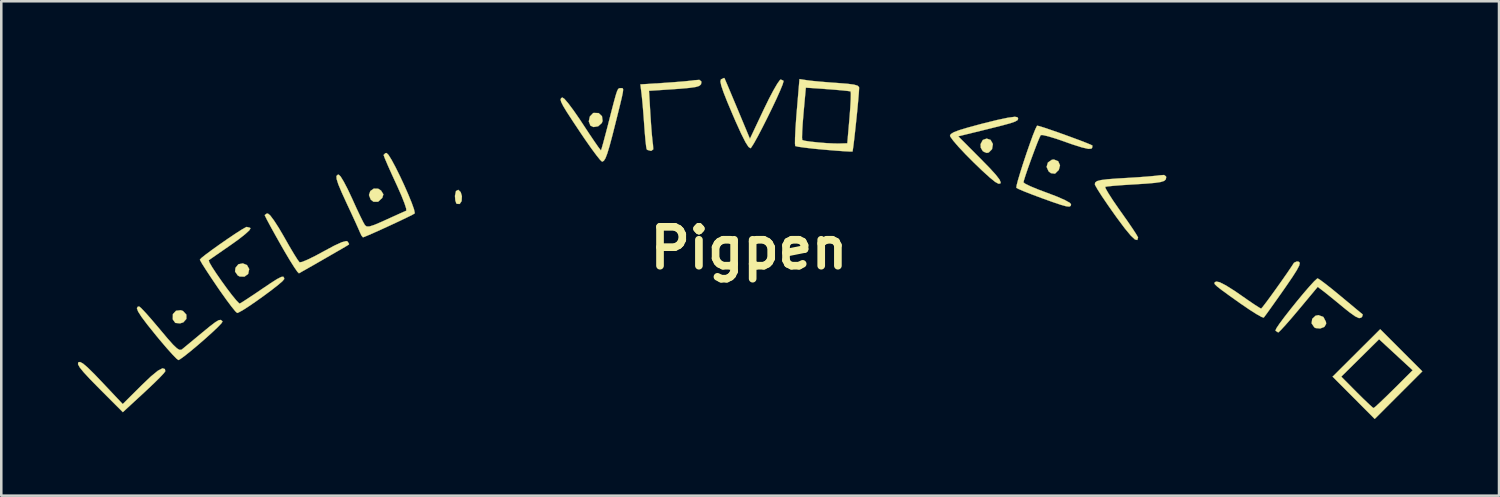
<source format=kicad_pcb>
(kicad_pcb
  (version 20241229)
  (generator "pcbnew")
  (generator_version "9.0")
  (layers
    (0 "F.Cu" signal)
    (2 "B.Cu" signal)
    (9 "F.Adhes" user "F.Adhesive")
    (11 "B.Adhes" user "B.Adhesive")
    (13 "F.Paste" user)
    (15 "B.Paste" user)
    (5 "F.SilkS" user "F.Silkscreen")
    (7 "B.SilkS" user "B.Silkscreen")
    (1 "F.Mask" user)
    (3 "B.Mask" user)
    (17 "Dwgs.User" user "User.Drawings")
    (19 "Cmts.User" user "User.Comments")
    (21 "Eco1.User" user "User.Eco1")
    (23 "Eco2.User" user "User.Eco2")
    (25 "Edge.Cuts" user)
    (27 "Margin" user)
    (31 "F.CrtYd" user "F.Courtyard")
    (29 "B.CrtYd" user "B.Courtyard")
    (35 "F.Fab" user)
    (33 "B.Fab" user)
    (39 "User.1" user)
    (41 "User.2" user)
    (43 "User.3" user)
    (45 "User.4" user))
  (footprint "Pigpen"
    (layer "F.Cu")
    (at 26.284 6.668)
    (property "Reference" "Pigpen" (at 0 0 0) (layer "F.SilkS") (effects (font (size 1.524 1.524) (thickness 0.3))))
    (attr through_hole)
    (fp_poly (pts (xy -19.661 0.664) (xy -19.574 0.82) (xy -19.614 1.009) (xy -19.758 1.117) (xy -19.948 1.111) (xy -20.022 1.07) (xy -20.128 0.916) (xy -20.111 0.772) (xy -19.997 0.632) (xy -19.824 0.598) (xy -19.661 0.664)) (stroke (width 0.01) (type solid)) (fill yes) (layer "F.SilkS"))
    (fp_poly (pts (xy -14.521 -2.327) (xy -14.409 -2.254) (xy -14.318 -2.107) (xy -14.362 -1.967) (xy -14.525 -1.817) (xy -14.706 -1.817) (xy -14.813 -1.9) (xy -14.883 -2.08) (xy -14.829 -2.236) (xy -14.694 -2.331) (xy -14.521 -2.327)) (stroke (width 0.01) (type solid)) (fill yes) (layer "F.SilkS"))
    (fp_poly (pts (xy -11.291 -2.195) (xy -11.243 -2.035) (xy -11.254 -1.842) (xy -11.33 -1.729) (xy -11.44 -1.735) (xy -11.464 -1.756) (xy -11.501 -1.869) (xy -11.515 -2.046) (xy -11.475 -2.234) (xy -11.385 -2.283) (xy -11.291 -2.195)) (stroke (width 0.01) (type solid)) (fill yes) (layer "F.SilkS"))
    (fp_poly (pts (xy 12.111 -3.404) (xy 12.183 -3.243) (xy 12.136 -3.063) (xy 11.987 -2.916) (xy 11.825 -2.936) (xy 11.736 -3.008) (xy 11.658 -3.181) (xy 11.709 -3.352) (xy 11.862 -3.46) (xy 11.944 -3.471) (xy 12.111 -3.404)) (stroke (width 0.01) (type solid)) (fill yes) (layer "F.SilkS"))
    (fp_poly (pts (xy -22.166 2.464) (xy -22.035 2.605) (xy -22.035 2.773) (xy -22.153 2.907) (xy -22.281 2.947) (xy -22.468 2.929) (xy -22.563 2.795) (xy -22.567 2.784) (xy -22.562 2.584) (xy -22.44 2.454) (xy -22.252 2.432) (xy -22.166 2.464)) (stroke (width 0.01) (type solid)) (fill yes) (layer "F.SilkS"))
    (fp_poly (pts (xy -5.886 -5.289) (xy -5.756 -5.167) (xy -5.733 -4.98) (xy -5.764 -4.899) (xy -5.904 -4.773) (xy -6.088 -4.742) (xy -6.209 -4.798) (xy -6.273 -4.964) (xy -6.231 -5.155) (xy -6.104 -5.288) (xy -6.081 -5.296) (xy -5.886 -5.289)) (stroke (width 0.01) (type solid)) (fill yes) (layer "F.SilkS"))
    (fp_poly (pts (xy 22.5 2.697) (xy 22.6 2.89) (xy 22.606 2.967) (xy 22.536 3.086) (xy 22.374 3.148) (xy 22.195 3.131) (xy 22.142 3.102) (xy 22.037 2.945) (xy 22.061 2.772) (xy 22.19 2.649) (xy 22.306 2.625) (xy 22.5 2.697)) (stroke (width 0.01) (type solid)) (fill yes) (layer "F.SilkS"))
    (fp_poly (pts (xy 9.463 -4.239) (xy 9.552 -4.082) (xy 9.554 -4.074) (xy 9.521 -3.876) (xy 9.395 -3.747) (xy 9.313 -3.728) (xy 9.214 -3.767) (xy 9.158 -3.8) (xy 9.08 -3.931) (xy 9.073 -4.074) (xy 9.158 -4.235) (xy 9.31 -4.29) (xy 9.463 -4.239)) (stroke (width 0.01) (type solid)) (fill yes) (layer "F.SilkS"))
    (fp_poly (pts (xy 26.373 4.826) (xy 24.509 6.69) (xy 23.685 5.862) (xy 22.86 5.035) (xy 22.861 5.034) (xy 23.199 5.034) (xy 23.81 5.65) (xy 24.069 5.906) (xy 24.283 6.11) (xy 24.424 6.237) (xy 24.465 6.265) (xy 24.538 6.209) (xy 24.705 6.055) (xy 24.944 5.827) (xy 25.228 5.548) (xy 25.252 5.525) (xy 25.996 4.784) (xy 24.68 3.569) (xy 23.94 4.302) (xy 23.199 5.034) (xy 22.861 5.034) (xy 23.792 4.106) (xy 24.724 3.177) (xy 26.373 4.826)) (stroke (width 0.01) (type solid)) (fill yes) (layer "F.SilkS"))
    (fp_poly (pts (xy -26.083 4.521) (xy -25.903 4.674) (xy -25.642 4.93) (xy -25.346 5.24) (xy -24.527 6.108) (xy -23.787 5.372) (xy -23.418 5.021) (xy -23.148 4.8) (xy -22.969 4.707) (xy -22.876 4.737) (xy -22.86 4.822) (xy -22.919 4.902) (xy -23.08 5.073) (xy -23.321 5.31) (xy -23.619 5.591) (xy -23.692 5.659) (xy -24.523 6.425) (xy -25.446 5.5) (xy -25.81 5.129) (xy -26.061 4.857) (xy -26.214 4.668) (xy -26.279 4.546) (xy -26.27 4.477) (xy -26.266 4.473) (xy -26.199 4.459) (xy -26.083 4.521)) (stroke (width 0.01) (type solid)) (fill yes) (layer "F.SilkS"))
    (fp_poly (pts (xy -1.868 -6.533) (xy -1.863 -6.492) (xy -1.879 -6.413) (xy -1.947 -6.354) (xy -2.09 -6.31) (xy -2.335 -6.275) (xy -2.707 -6.242) (xy -3.037 -6.219) (xy -3.915 -6.161) (xy -3.859 -5.218) (xy -3.832 -4.811) (xy -3.803 -4.446) (xy -3.775 -4.168) (xy -3.758 -4.043) (xy -3.749 -3.867) (xy -3.828 -3.81) (xy -3.841 -3.81) (xy -3.977 -3.846) (xy -4.006 -3.873) (xy -4.026 -3.98) (xy -4.053 -4.217) (xy -4.081 -4.543) (xy -4.099 -4.784) (xy -4.129 -5.197) (xy -4.161 -5.594) (xy -4.192 -5.913) (xy -4.204 -6.022) (xy -4.252 -6.413) (xy -3.333 -6.471) (xy -2.924 -6.5) (xy -2.551 -6.53) (xy -2.263 -6.559) (xy -2.138 -6.576) (xy -1.943 -6.59) (xy -1.868 -6.533)) (stroke (width 0.01) (type solid)) (fill yes) (layer "F.SilkS"))
    (fp_poly (pts (xy 10.516 -5.127) (xy 10.544 -5.066) (xy 10.521 -5.013) (xy 10.427 -4.958) (xy 10.238 -4.892) (xy 9.935 -4.809) (xy 9.495 -4.698) (xy 9.327 -4.656) (xy 8.197 -4.379) (xy 9.07 -3.503) (xy 9.427 -3.138) (xy 9.67 -2.871) (xy 9.811 -2.688) (xy 9.86 -2.576) (xy 9.845 -2.53) (xy 9.774 -2.522) (xy 9.643 -2.594) (xy 9.437 -2.76) (xy 9.142 -3.028) (xy 8.811 -3.346) (xy 8.487 -3.671) (xy 8.211 -3.964) (xy 8.006 -4.202) (xy 7.891 -4.36) (xy 7.874 -4.403) (xy 7.907 -4.468) (xy 8.019 -4.537) (xy 8.23 -4.618) (xy 8.561 -4.718) (xy 9.033 -4.846) (xy 9.165 -4.881) (xy 9.733 -5.021) (xy 10.15 -5.109) (xy 10.412 -5.144) (xy 10.516 -5.127)) (stroke (width 0.01) (type solid)) (fill yes) (layer "F.SilkS"))
    (fp_poly (pts (xy -0.927 -6.583) (xy -0.838 -6.375) (xy -0.707 -6.064) (xy -0.546 -5.68) (xy -0.455 -5.464) (xy 0.038 -4.282) (xy 0.586 -5.443) (xy 0.783 -5.846) (xy 0.964 -6.189) (xy 1.113 -6.444) (xy 1.215 -6.585) (xy 1.244 -6.604) (xy 1.346 -6.561) (xy 1.355 -6.534) (xy 1.319 -6.409) (xy 1.221 -6.17) (xy 1.078 -5.85) (xy 0.903 -5.48) (xy 0.712 -5.09) (xy 0.52 -4.71) (xy 0.344 -4.373) (xy 0.196 -4.108) (xy 0.094 -3.946) (xy 0.06 -3.912) (xy -0.018 -3.965) (xy -0.138 -4.153) (xy -0.305 -4.484) (xy -0.523 -4.964) (xy -0.631 -5.214) (xy -0.847 -5.725) (xy -0.995 -6.1) (xy -1.083 -6.359) (xy -1.117 -6.52) (xy -1.102 -6.6) (xy -1.09 -6.611) (xy -0.983 -6.663) (xy -0.963 -6.663) (xy -0.927 -6.583)) (stroke (width 0.01) (type solid)) (fill yes) (layer "F.SilkS"))
    (fp_poly (pts (xy 22.361 1.237) (xy 22.55 1.377) (xy 22.815 1.585) (xy 23.128 1.841) (xy 23.172 1.878) (xy 23.488 2.14) (xy 23.754 2.362) (xy 23.946 2.521) (xy 24.037 2.596) (xy 24.04 2.599) (xy 24.023 2.673) (xy 23.98 2.724) (xy 23.895 2.742) (xy 23.744 2.672) (xy 23.506 2.502) (xy 23.28 2.32) (xy 22.988 2.079) (xy 22.722 1.863) (xy 22.527 1.707) (xy 22.477 1.669) (xy 22.277 1.517) (xy 21.533 2.409) (xy 21.258 2.734) (xy 21.02 3.006) (xy 20.84 3.202) (xy 20.74 3.297) (xy 20.728 3.302) (xy 20.633 3.242) (xy 20.622 3.226) (xy 20.658 3.141) (xy 20.782 2.956) (xy 20.973 2.699) (xy 21.208 2.398) (xy 21.464 2.08) (xy 21.719 1.773) (xy 21.95 1.505) (xy 22.135 1.303) (xy 22.252 1.196) (xy 22.274 1.185) (xy 22.361 1.237)) (stroke (width 0.01) (type solid)) (fill yes) (layer "F.SilkS"))
    (fp_poly (pts (xy -18.755 -1.284) (xy -18.608 -1.09) (xy -18.42 -0.8) (xy -18.209 -0.441) (xy -18.2 -0.424) (xy -17.996 -0.066) (xy -17.816 0.237) (xy -17.679 0.454) (xy -17.602 0.555) (xy -17.599 0.558) (xy -17.496 0.539) (xy -17.281 0.449) (xy -16.983 0.303) (xy -16.663 0.13) (xy -16.24 -0.097) (xy -15.947 -0.231) (xy -15.773 -0.276) (xy -15.721 -0.26) (xy -15.662 -0.164) (xy -15.669 -0.14) (xy -15.748 -0.092) (xy -15.941 0.022) (xy -16.217 0.181) (xy -16.543 0.369) (xy -16.885 0.566) (xy -17.213 0.753) (xy -17.492 0.911) (xy -17.626 0.987) (xy -17.685 0.928) (xy -17.811 0.746) (xy -17.988 0.465) (xy -18.199 0.109) (xy -18.324 -0.109) (xy -18.546 -0.502) (xy -18.735 -0.844) (xy -18.876 -1.107) (xy -18.954 -1.264) (xy -18.965 -1.295) (xy -18.897 -1.348) (xy -18.842 -1.355) (xy -18.755 -1.284)) (stroke (width 0.01) (type solid)) (fill yes) (layer "F.SilkS"))
    (fp_poly (pts (xy -23.807 2.348) (xy -23.646 2.517) (xy -23.421 2.77) (xy -23.155 3.083) (xy -23.075 3.178) (xy -22.773 3.537) (xy -22.557 3.78) (xy -22.407 3.923) (xy -22.305 3.985) (xy -22.232 3.981) (xy -22.201 3.961) (xy -22.08 3.862) (xy -21.865 3.684) (xy -21.592 3.458) (xy -21.43 3.323) (xy -21.114 3.064) (xy -20.901 2.902) (xy -20.766 2.822) (xy -20.685 2.812) (xy -20.631 2.856) (xy -20.618 2.875) (xy -20.665 2.949) (xy -20.814 3.104) (xy -21.038 3.315) (xy -21.309 3.559) (xy -21.597 3.809) (xy -21.876 4.042) (xy -22.115 4.232) (xy -22.287 4.355) (xy -22.343 4.385) (xy -22.418 4.331) (xy -22.578 4.167) (xy -22.804 3.915) (xy -23.075 3.597) (xy -23.224 3.417) (xy -23.561 2.998) (xy -23.792 2.691) (xy -23.926 2.481) (xy -23.972 2.354) (xy -23.938 2.295) (xy -23.883 2.286) (xy -23.807 2.348)) (stroke (width 0.01) (type solid)) (fill yes) (layer "F.SilkS"))
    (fp_poly (pts (xy 21.539 0.535) (xy 21.575 0.581) (xy 21.551 0.685) (xy 21.457 0.863) (xy 21.284 1.135) (xy 21.021 1.52) (xy 20.946 1.627) (xy 20.687 1.995) (xy 20.461 2.313) (xy 20.287 2.556) (xy 20.182 2.697) (xy 20.163 2.722) (xy 20.077 2.696) (xy 19.883 2.587) (xy 19.607 2.412) (xy 19.277 2.187) (xy 19.22 2.147) (xy 18.812 1.857) (xy 18.526 1.649) (xy 18.344 1.508) (xy 18.25 1.418) (xy 18.227 1.364) (xy 18.259 1.33) (xy 18.306 1.31) (xy 18.437 1.336) (xy 18.68 1.46) (xy 19.017 1.672) (xy 19.225 1.815) (xy 19.542 2.036) (xy 19.806 2.215) (xy 19.99 2.332) (xy 20.06 2.37) (xy 20.119 2.305) (xy 20.252 2.132) (xy 20.437 1.881) (xy 20.652 1.583) (xy 20.875 1.269) (xy 21.083 0.971) (xy 21.254 0.718) (xy 21.349 0.572) (xy 21.463 0.521) (xy 21.539 0.535)) (stroke (width 0.01) (type solid)) (fill yes) (layer "F.SilkS"))
    (fp_poly (pts (xy 16.336 -2.808) (xy 16.341 -2.767) (xy 16.325 -2.69) (xy 16.263 -2.633) (xy 16.13 -2.59) (xy 15.902 -2.556) (xy 15.555 -2.526) (xy 15.064 -2.495) (xy 15.028 -2.493) (xy 14.629 -2.468) (xy 14.293 -2.442) (xy 14.056 -2.418) (xy 13.952 -2.4) (xy 13.952 -2.4) (xy 13.977 -2.323) (xy 14.086 -2.135) (xy 14.262 -1.862) (xy 14.49 -1.531) (xy 14.566 -1.424) (xy 14.812 -1.076) (xy 15.018 -0.775) (xy 15.165 -0.55) (xy 15.236 -0.428) (xy 15.24 -0.416) (xy 15.21 -0.317) (xy 15.117 -0.34) (xy 14.955 -0.492) (xy 14.719 -0.776) (xy 14.403 -1.2) (xy 14.314 -1.324) (xy 14.05 -1.7) (xy 13.825 -2.032) (xy 13.656 -2.296) (xy 13.561 -2.463) (xy 13.547 -2.505) (xy 13.565 -2.574) (xy 13.637 -2.625) (xy 13.787 -2.665) (xy 14.039 -2.697) (xy 14.417 -2.726) (xy 14.817 -2.749) (xy 15.235 -2.775) (xy 15.617 -2.804) (xy 15.916 -2.831) (xy 16.066 -2.85) (xy 16.261 -2.865) (xy 16.336 -2.808)) (stroke (width 0.01) (type solid)) (fill yes) (layer "F.SilkS"))
    (fp_poly (pts (xy -4.94 -6.255) (xy -4.927 -6.205) (xy -4.94 -6.095) (xy -4.98 -5.901) (xy -5.053 -5.597) (xy -5.161 -5.162) (xy -5.209 -4.97) (xy -5.35 -4.41) (xy -5.461 -3.995) (xy -5.549 -3.705) (xy -5.62 -3.521) (xy -5.683 -3.421) (xy -5.743 -3.387) (xy -5.754 -3.387) (xy -5.827 -3.454) (xy -5.976 -3.639) (xy -6.182 -3.918) (xy -6.427 -4.268) (xy -6.601 -4.525) (xy -6.908 -4.986) (xy -7.129 -5.326) (xy -7.275 -5.566) (xy -7.354 -5.724) (xy -7.379 -5.82) (xy -7.357 -5.873) (xy -7.308 -5.9) (xy -7.228 -5.846) (xy -7.077 -5.67) (xy -6.872 -5.396) (xy -6.63 -5.047) (xy -6.514 -4.87) (xy -6.271 -4.501) (xy -6.062 -4.191) (xy -5.904 -3.963) (xy -5.811 -3.842) (xy -5.795 -3.828) (xy -5.766 -3.915) (xy -5.704 -4.134) (xy -5.619 -4.453) (xy -5.518 -4.838) (xy -5.511 -4.869) (xy -5.381 -5.377) (xy -5.285 -5.744) (xy -5.216 -5.993) (xy -5.165 -6.147) (xy -5.125 -6.228) (xy -5.087 -6.26) (xy -5.045 -6.265) (xy -5.028 -6.265) (xy -4.975 -6.267) (xy -4.94 -6.255)) (stroke (width 0.01) (type solid)) (fill yes) (layer "F.SilkS"))
    (fp_poly (pts (xy 11.37 -4.778) (xy 11.577 -4.714) (xy 11.87 -4.614) (xy 12.215 -4.493) (xy 12.575 -4.363) (xy 12.915 -4.237) (xy 13.199 -4.128) (xy 13.391 -4.049) (xy 13.454 -4.015) (xy 13.442 -3.932) (xy 13.412 -3.896) (xy 13.294 -3.887) (xy 13.036 -3.946) (xy 12.652 -4.068) (xy 12.409 -4.154) (xy 12.042 -4.282) (xy 11.733 -4.376) (xy 11.517 -4.427) (xy 11.429 -4.427) (xy 11.377 -4.322) (xy 11.285 -4.099) (xy 11.17 -3.797) (xy 11.045 -3.459) (xy 10.926 -3.126) (xy 10.828 -2.839) (xy 10.766 -2.64) (xy 10.753 -2.575) (xy 10.828 -2.517) (xy 11.031 -2.419) (xy 11.333 -2.294) (xy 11.684 -2.163) (xy 12.074 -2.014) (xy 12.376 -1.881) (xy 12.564 -1.776) (xy 12.615 -1.719) (xy 12.602 -1.654) (xy 12.546 -1.626) (xy 12.424 -1.639) (xy 12.212 -1.698) (xy 11.887 -1.808) (xy 11.472 -1.957) (xy 11.1 -2.096) (xy 10.786 -2.219) (xy 10.565 -2.313) (xy 10.473 -2.362) (xy 10.483 -2.454) (xy 10.539 -2.67) (xy 10.631 -2.977) (xy 10.746 -3.339) (xy 10.874 -3.723) (xy 11.003 -4.094) (xy 11.121 -4.419) (xy 11.218 -4.661) (xy 11.281 -4.789) (xy 11.286 -4.795) (xy 11.37 -4.778)) (stroke (width 0.01) (type solid)) (fill yes) (layer "F.SilkS"))
    (fp_poly (pts (xy -19.544 -0.798) (xy -19.523 -0.774) (xy -19.568 -0.697) (xy -19.73 -0.548) (xy -19.982 -0.349) (xy -20.298 -0.123) (xy -20.623 0.102) (xy -20.894 0.29) (xy -21.082 0.421) (xy -21.158 0.476) (xy -21.134 0.558) (xy -21.028 0.741) (xy -20.863 0.993) (xy -20.663 1.281) (xy -20.451 1.574) (xy -20.249 1.84) (xy -20.081 2.045) (xy -19.97 2.159) (xy -19.943 2.171) (xy -19.84 2.111) (xy -19.631 1.976) (xy -19.348 1.788) (xy -19.098 1.618) (xy -18.73 1.37) (xy -18.478 1.21) (xy -18.321 1.13) (xy -18.238 1.119) (xy -18.206 1.169) (xy -18.203 1.212) (xy -18.269 1.293) (xy -18.444 1.444) (xy -18.696 1.641) (xy -18.995 1.863) (xy -19.307 2.086) (xy -19.601 2.287) (xy -19.844 2.442) (xy -20.006 2.529) (xy -20.045 2.54) (xy -20.117 2.474) (xy -20.265 2.292) (xy -20.469 2.019) (xy -20.71 1.68) (xy -20.813 1.531) (xy -21.059 1.167) (xy -21.267 0.851) (xy -21.419 0.611) (xy -21.498 0.471) (xy -21.505 0.45) (xy -21.44 0.381) (xy -21.265 0.242) (xy -21.012 0.055) (xy -20.713 -0.158) (xy -20.401 -0.374) (xy -20.108 -0.571) (xy -19.865 -0.726) (xy -19.705 -0.817) (xy -19.672 -0.83) (xy -19.544 -0.798)) (stroke (width 0.01) (type solid)) (fill yes) (layer "F.SilkS"))
    (fp_poly (pts (xy 2.281 -6.574) (xy 2.495 -6.548) (xy 2.825 -6.517) (xy 3.217 -6.485) (xy 3.45 -6.469) (xy 3.85 -6.438) (xy 4.108 -6.405) (xy 4.252 -6.364) (xy 4.31 -6.309) (xy 4.315 -6.274) (xy 4.305 -6.095) (xy 4.281 -5.808) (xy 4.248 -5.448) (xy 4.208 -5.052) (xy 4.166 -4.656) (xy 4.126 -4.296) (xy 4.091 -4.007) (xy 4.065 -3.827) (xy 4.055 -3.783) (xy 3.963 -3.782) (xy 3.735 -3.794) (xy 3.404 -3.818) (xy 3.004 -3.851) (xy 2.943 -3.856) (xy 2.532 -3.895) (xy 2.186 -3.935) (xy 1.936 -3.97) (xy 1.817 -3.998) (xy 1.813 -4) (xy 1.803 -4.098) (xy 1.806 -4.329) (xy 2.079 -4.329) (xy 2.088 -4.234) (xy 2.192 -4.203) (xy 2.418 -4.17) (xy 2.718 -4.138) (xy 3.043 -4.112) (xy 3.347 -4.098) (xy 3.556 -4.097) (xy 3.852 -4.106) (xy 3.939 -5.108) (xy 3.969 -5.5) (xy 3.987 -5.825) (xy 3.991 -6.048) (xy 3.981 -6.137) (xy 3.883 -6.154) (xy 3.654 -6.178) (xy 3.333 -6.206) (xy 3.083 -6.225) (xy 2.228 -6.285) (xy 2.137 -5.281) (xy 2.105 -4.887) (xy 2.085 -4.558) (xy 2.079 -4.329) (xy 1.806 -4.329) (xy 1.807 -4.334) (xy 1.823 -4.677) (xy 1.852 -5.098) (xy 1.871 -5.336) (xy 1.979 -6.621) (xy 2.281 -6.574)) (stroke (width 0.01) (type solid)) (fill yes) (layer "F.SilkS"))
    (fp_poly (pts (xy -14.119 -3.653) (xy -13.997 -3.457) (xy -13.843 -3.171) (xy -13.672 -2.826) (xy -13.499 -2.456) (xy -13.34 -2.094) (xy -13.208 -1.771) (xy -13.119 -1.521) (xy -13.089 -1.376) (xy -13.096 -1.356) (xy -13.192 -1.301) (xy -13.405 -1.196) (xy -13.697 -1.056) (xy -14.034 -0.899) (xy -14.378 -0.741) (xy -14.694 -0.599) (xy -14.945 -0.49) (xy -15.094 -0.43) (xy -15.119 -0.423) (xy -15.177 -0.492) (xy -15.234 -0.614) (xy -15.299 -0.764) (xy -15.418 -1.029) (xy -15.575 -1.37) (xy -15.74 -1.723) (xy -15.947 -2.174) (xy -16.082 -2.495) (xy -16.149 -2.705) (xy -16.156 -2.824) (xy -16.106 -2.873) (xy -16.066 -2.877) (xy -15.992 -2.803) (xy -15.87 -2.603) (xy -15.716 -2.308) (xy -15.547 -1.949) (xy -15.545 -1.945) (xy -15.376 -1.571) (xy -15.223 -1.248) (xy -15.104 -1.01) (xy -15.037 -0.895) (xy -14.97 -0.847) (xy -14.857 -0.85) (xy -14.666 -0.912) (xy -14.366 -1.04) (xy -14.224 -1.105) (xy -13.9 -1.252) (xy -13.633 -1.373) (xy -13.46 -1.449) (xy -13.421 -1.465) (xy -13.424 -1.548) (xy -13.491 -1.754) (xy -13.61 -2.056) (xy -13.772 -2.423) (xy -13.823 -2.534) (xy -14.001 -2.921) (xy -14.15 -3.254) (xy -14.256 -3.503) (xy -14.306 -3.637) (xy -14.309 -3.649) (xy -14.241 -3.718) (xy -14.193 -3.725) (xy -14.119 -3.653)) (stroke (width 0.01) (type solid)) (fill yes) (layer "F.SilkS")))
  (gr_rect
    (start -3 -3)
    (end 55.662 16.363)
    (stroke (width 0.1) (type default))
    (fill no)
    (layer "Edge.Cuts")))
</source>
